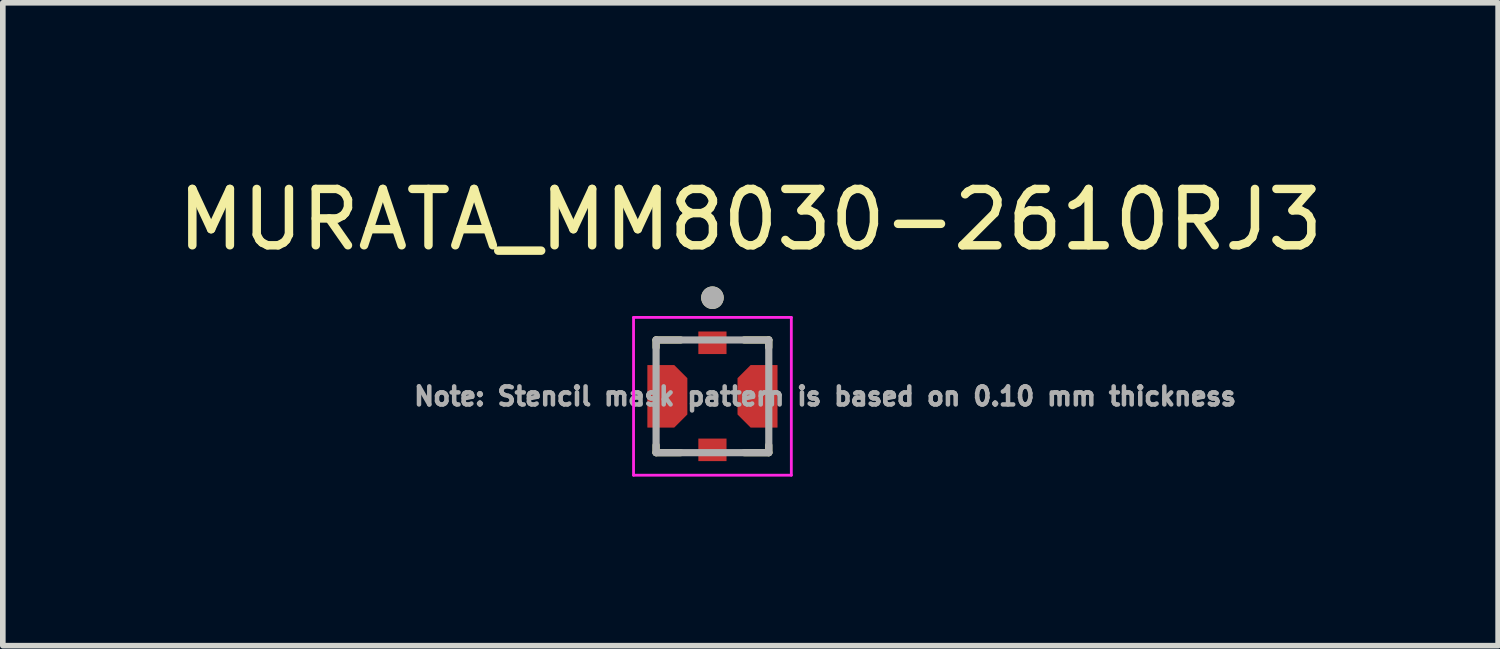
<source format=kicad_pcb>
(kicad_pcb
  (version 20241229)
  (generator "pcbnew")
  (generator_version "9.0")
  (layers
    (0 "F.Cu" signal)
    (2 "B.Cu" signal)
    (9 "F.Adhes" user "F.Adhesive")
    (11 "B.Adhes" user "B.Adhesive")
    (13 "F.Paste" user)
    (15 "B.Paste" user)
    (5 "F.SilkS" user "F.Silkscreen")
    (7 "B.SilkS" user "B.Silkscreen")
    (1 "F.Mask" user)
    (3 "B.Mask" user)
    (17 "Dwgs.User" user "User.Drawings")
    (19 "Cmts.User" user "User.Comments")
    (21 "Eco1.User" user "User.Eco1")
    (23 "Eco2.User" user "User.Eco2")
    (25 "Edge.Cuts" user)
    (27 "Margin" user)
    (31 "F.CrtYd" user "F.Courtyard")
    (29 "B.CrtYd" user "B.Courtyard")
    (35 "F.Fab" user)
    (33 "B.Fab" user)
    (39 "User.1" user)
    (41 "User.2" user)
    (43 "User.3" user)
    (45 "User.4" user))
  (footprint "MURATA_MM8030-2610RJ3"
    (layer "F.Cu")
    (at 9.593 3.983)
    (property "Reference" "MURATA_MM8030-2610RJ3" (at 0.675 -3.135 0) (layer "F.SilkS") (effects (font (size 1 1) (thickness 0.15))))
    (attr through_hole)
    (fp_poly (pts (xy -0.25 -1.15) (xy 0.25 -1.15) (xy 0.25 -0.75) (xy -0.25 -0.75)) (stroke (width 0.01) (type solid)) (fill yes) (layer "F.Mask"))
    (fp_poly (pts (xy -0.25 0.75) (xy 0.25 0.75) (xy 0.25 1.15) (xy -0.25 1.15)) (stroke (width 0.01) (type solid)) (fill yes) (layer "F.Mask"))
    (fp_poly (pts (xy -1.15 -0.55) (xy -1.15 0.55) (xy -0.68 0.55) (xy -0.45 0.32) (xy -0.45 -0.32) (xy -0.68 -0.55)) (stroke (width 0.01) (type solid)) (fill yes) (layer "F.Mask"))
    (fp_poly (pts (xy 1.15 0.55) (xy 1.15 -0.55) (xy 0.68 -0.55) (xy 0.45 -0.32) (xy 0.45 0.32) (xy 0.68 0.55)) (stroke (width 0.01) (type solid)) (fill yes) (layer "F.Mask"))
    (fp_line (start -1 -1) (end -1 -0.869) (stroke (width 0.127) (type solid)) (layer "F.SilkS"))
    (fp_line (start -1 -1) (end -0.564 -1) (stroke (width 0.127) (type solid)) (layer "F.SilkS"))
    (fp_line (start -1 0.869) (end -1 1) (stroke (width 0.127) (type solid)) (layer "F.SilkS"))
    (fp_line (start -1 1) (end -0.564 1) (stroke (width 0.127) (type solid)) (layer "F.SilkS"))
    (fp_line (start 1 -1) (end 0.564 -1) (stroke (width 0.127) (type solid)) (layer "F.SilkS"))
    (fp_line (start 1 -0.869) (end 1 -1) (stroke (width 0.127) (type solid)) (layer "F.SilkS"))
    (fp_line (start 1 1) (end 0.564 1) (stroke (width 0.127) (type solid)) (layer "F.SilkS"))
    (fp_line (start 1 1) (end 1 0.869) (stroke (width 0.127) (type solid)) (layer "F.SilkS"))
    (fp_circle (center 0 -1.75) (end 0.1 -1.75) (stroke (width 0.2) (type solid)) (fill no) (layer "F.SilkS"))
    (fp_poly (pts (xy -0.165 -1.15) (xy 0.165 -1.15) (xy 0.165 -0.82) (xy -0.165 -0.82)) (stroke (width 0.01) (type solid)) (fill yes) (layer "F.Paste"))
    (fp_poly (pts (xy -0.165 0.82) (xy 0.165 0.82) (xy 0.165 1.15) (xy -0.165 1.15)) (stroke (width 0.01) (type solid)) (fill yes) (layer "F.Paste"))
    (fp_poly (pts (xy -1.1 -0.5) (xy -1.1 0.5) (xy -0.68 0.5) (xy -0.59 0.41) (xy -0.59 -0.41) (xy -0.68 -0.5)) (stroke (width 0.01) (type solid)) (fill yes) (layer "F.Paste"))
    (fp_poly (pts (xy 1.1 0.5) (xy 1.1 -0.5) (xy 0.68 -0.5) (xy 0.59 -0.41) (xy 0.59 0.41) (xy 0.68 0.5)) (stroke (width 0.01) (type solid)) (fill yes) (layer "F.Paste"))
    (fp_line (start -1.4 -1.4) (end 1.4 -1.4) (stroke (width 0.05) (type solid)) (layer "F.CrtYd"))
    (fp_line (start -1.4 1.4) (end -1.4 -1.4) (stroke (width 0.05) (type solid)) (layer "F.CrtYd"))
    (fp_line (start 1.4 -1.4) (end 1.4 1.4) (stroke (width 0.05) (type solid)) (layer "F.CrtYd"))
    (fp_line (start 1.4 1.4) (end -1.4 1.4) (stroke (width 0.05) (type solid)) (layer "F.CrtYd"))
    (fp_line (start -1 -1) (end 1 -1) (stroke (width 0.127) (type solid)) (layer "F.Fab"))
    (fp_line (start -1 1) (end -1 -1) (stroke (width 0.127) (type solid)) (layer "F.Fab"))
    (fp_line (start 1 -1) (end 1 1) (stroke (width 0.127) (type solid)) (layer "F.Fab"))
    (fp_line (start 1 1) (end -1 1) (stroke (width 0.127) (type solid)) (layer "F.Fab"))
    (fp_circle (center 0 -1.75) (end 0.1 -1.75) (stroke (width 0.2) (type solid)) (fill no) (layer "F.Fab"))
    (fp_text user "Note: Stencil mask pattern is based on 0.10 mm thickness" (at 2 0 0) (layer "F.Fab") (effects (font (size 0.32 0.32) (thickness 0.15))))
    (pad "1" smd rect (at 0 -0.95) (size 0.5 0.4) (layers "F.Cu"))
    (pad "2" smd rect (at 0 0.95) (size 0.5 0.4) (layers "F.Cu"))
    (pad "3" smd custom (at -0.85 0) (size 0.5 0.5) (layers "F.Cu") (options (anchor rect)) (primitives (gr_poly (pts (xy -0.3 -0.55) (xy -0.3 0.55) (xy 0.17 0.55) (xy 0.4 0.32) (xy 0.4 -0.32) (xy 0.17 -0.55)) (width 0.01) (fill yes))))
    (pad "4" smd custom (at 0.85 0) (size 0.5 0.5) (layers "F.Cu") (options (anchor rect)) (primitives (gr_poly (pts (xy 0.3 0.55) (xy 0.3 -0.55) (xy -0.17 -0.55) (xy -0.4 -0.32) (xy -0.4 0.32) (xy -0.17 0.55)) (width 0.01) (fill yes)))))
  (gr_rect
    (start -3 -3)
    (end 23.536 8.408)
    (stroke (width 0.1) (type default))
    (fill no)
    (layer "Edge.Cuts")))
</source>
